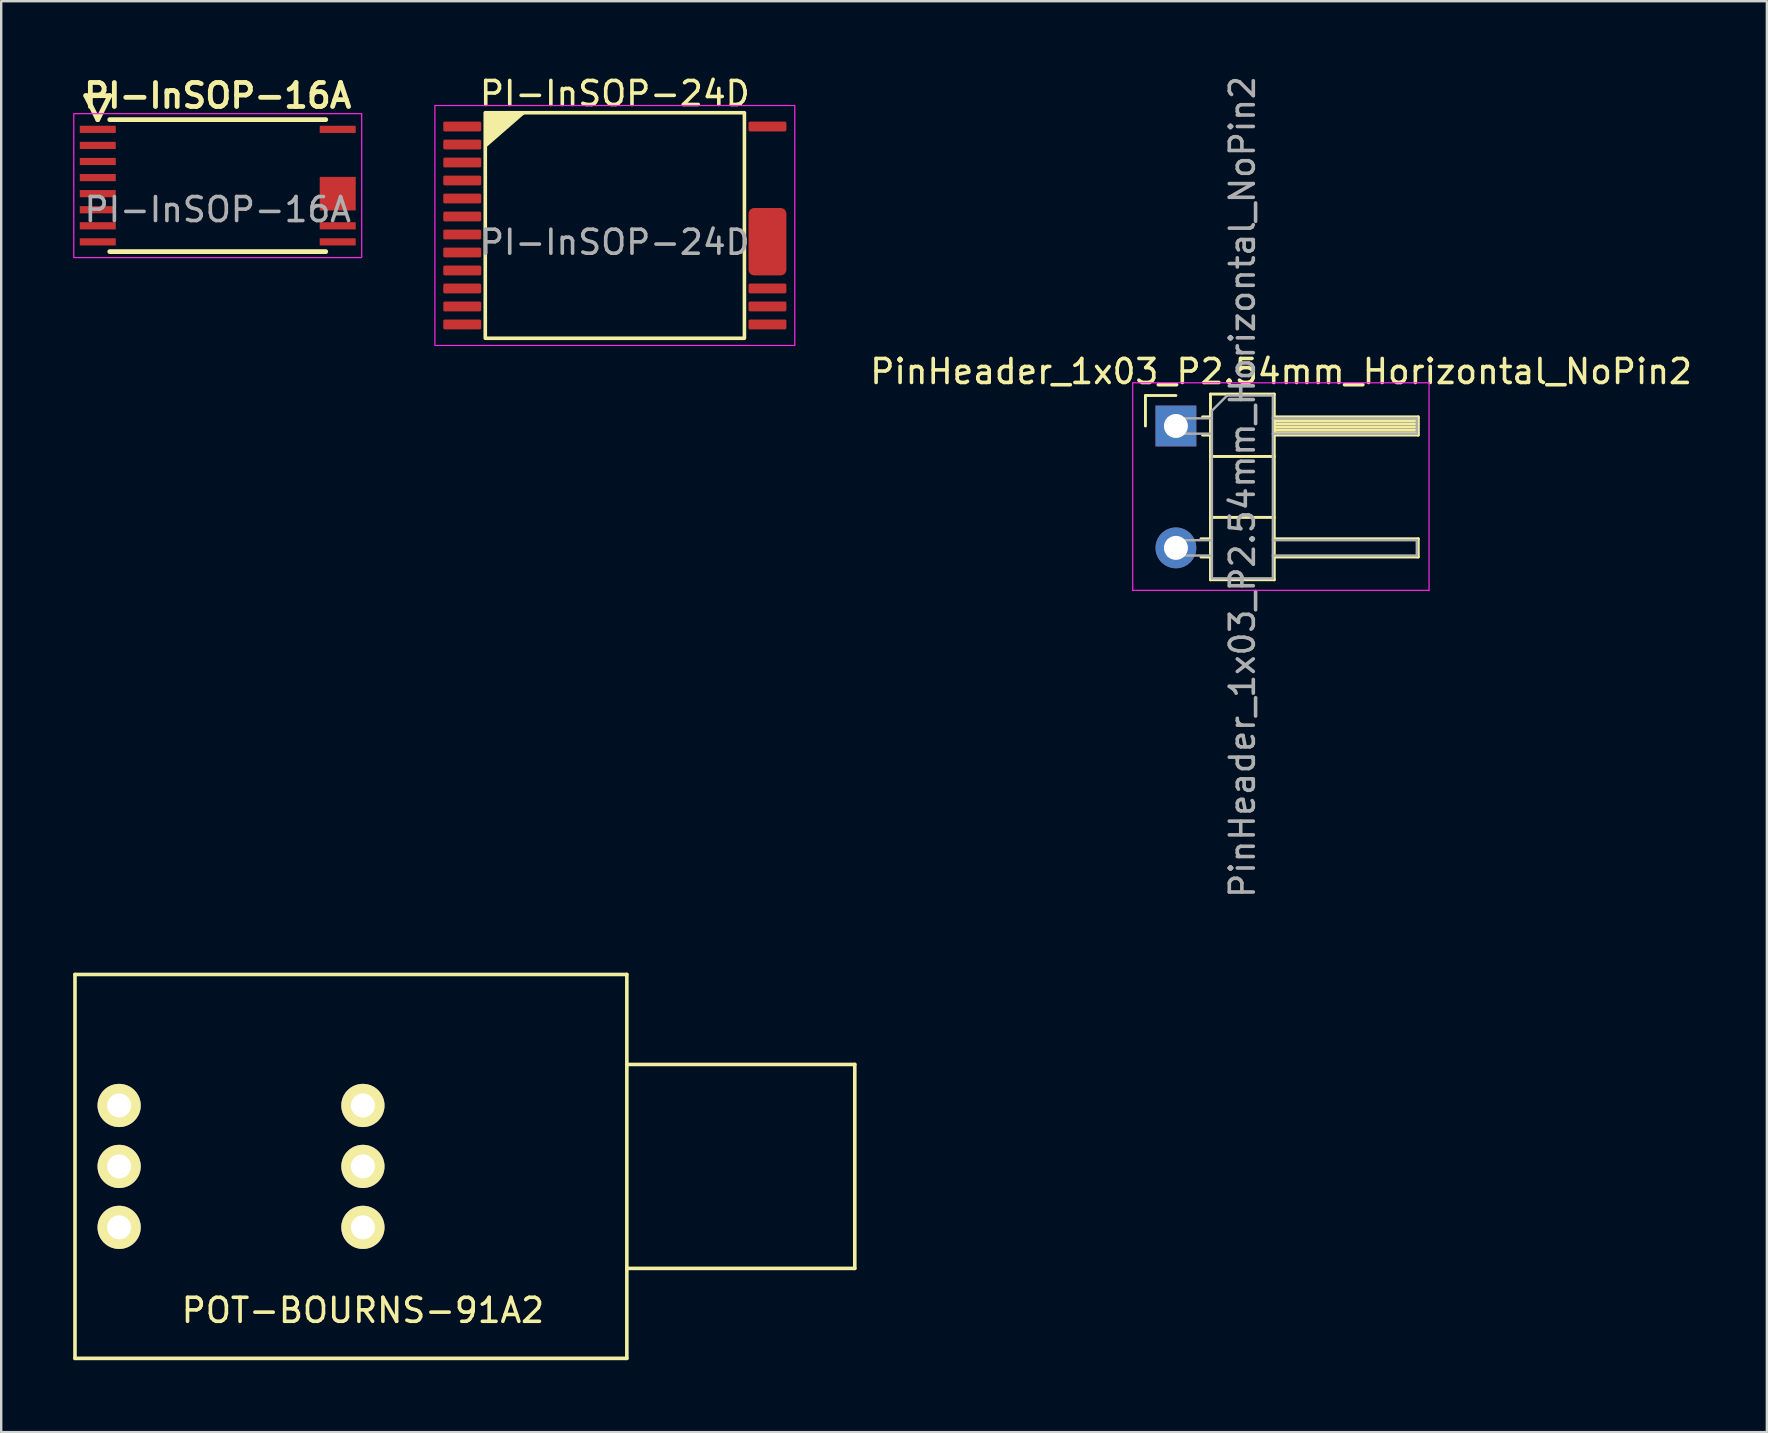
<source format=kicad_pcb>
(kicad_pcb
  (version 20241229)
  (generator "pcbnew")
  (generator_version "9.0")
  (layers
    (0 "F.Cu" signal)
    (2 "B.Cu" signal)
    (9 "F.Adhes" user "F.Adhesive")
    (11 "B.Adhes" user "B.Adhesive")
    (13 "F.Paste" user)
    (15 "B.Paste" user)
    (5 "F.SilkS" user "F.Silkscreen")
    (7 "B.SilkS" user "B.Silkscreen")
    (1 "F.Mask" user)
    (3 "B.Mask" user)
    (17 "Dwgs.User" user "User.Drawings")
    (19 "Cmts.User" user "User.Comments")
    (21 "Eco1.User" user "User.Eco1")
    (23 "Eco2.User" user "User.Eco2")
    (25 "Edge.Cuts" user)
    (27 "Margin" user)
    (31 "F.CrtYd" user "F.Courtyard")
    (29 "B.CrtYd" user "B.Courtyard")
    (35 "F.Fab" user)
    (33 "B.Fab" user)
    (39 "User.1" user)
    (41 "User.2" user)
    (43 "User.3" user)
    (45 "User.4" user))
  (footprint "POT-BOURNS-91A2"
    (layer "F.Cu")
    (at 12.075 45.563)
    (property "Reference" "POT-BOURNS-91A2" (at 0 6 0) (layer "F.SilkS") (effects (font (size 1 1) (thickness 0.15))))
    (attr through_hole)
    (fp_line (start -12 -8) (end -12 8) (stroke (width 0.15) (type solid)) (layer "F.SilkS"))
    (fp_line (start -12 8) (end 11 8) (stroke (width 0.15) (type solid)) (layer "F.SilkS"))
    (fp_line (start 11 -8) (end -12 -8) (stroke (width 0.15) (type solid)) (layer "F.SilkS"))
    (fp_line (start 11 -4.25) (end 20.5 -4.25) (stroke (width 0.15) (type solid)) (layer "F.SilkS"))
    (fp_line (start 11 8) (end 11 -8) (stroke (width 0.15) (type solid)) (layer "F.SilkS"))
    (fp_line (start 20.5 -4.25) (end 20.5 4.25) (stroke (width 0.15) (type solid)) (layer "F.SilkS"))
    (fp_line (start 20.5 4.25) (end 11 4.25) (stroke (width 0.15) (type solid)) (layer "F.SilkS"))
    (pad "1" thru_hole circle (at 0 -2.54) (size 1.8 1.8) (drill 1) (layers "*.Cu" "*.Mask" "F.SilkS"))
    (pad "2" thru_hole circle (at 0 0) (size 1.8 1.8) (drill 1) (layers "*.Cu" "*.Mask" "F.SilkS"))
    (pad "3" thru_hole circle (at 0 2.54) (size 1.8 1.8) (drill 1) (layers "*.Cu" "*.Mask" "F.SilkS"))
    (pad "4" thru_hole circle (at -10.16 -2.54) (size 1.8 1.8) (drill 1) (layers "*.Cu" "*.Mask" "F.SilkS"))
    (pad "5" thru_hole circle (at -10.16 0) (size 1.8 1.8) (drill 1) (layers "*.Cu" "*.Mask" "F.SilkS"))
    (pad "6" thru_hole circle (at -10.16 2.54) (size 1.8 1.8) (drill 1) (layers "*.Cu" "*.Mask" "F.SilkS")))
  (footprint "PI-InSOP-24D"
    (layer "F.Cu")
    (at 22.575 6.348)
    (property "Reference" "PI-InSOP-24D" (at 0 -5.5 0) (unlocked yes) (layer "F.SilkS") (effects (font (size 1 1) (thickness 0.15))))
    (attr smd)
    (fp_rect (start -5.4 -4.7) (end 5.4 4.7) (stroke (width 0.15) (type solid)) (fill no) (layer "F.SilkS"))
    (fp_poly (pts (xy -5.4 -3.29) (xy -3.78 -4.7) (xy -5.4 -4.7)) (stroke (width 0.1) (type solid)) (fill yes) (layer "F.SilkS"))
    (fp_rect (start -7.5 -5) (end 7.5 5) (stroke (width 0.05) (type default)) (fill no) (layer "F.CrtYd"))
    (fp_text user "${REFERENCE}" (at 0 0.7 0) (unlocked yes) (layer "F.Fab") (effects (font (size 1 1) (thickness 0.15))))
    (pad "1" smd roundrect (at -6.36 -4.125) (size 1.58 0.41) (layers "F.Cu" "F.Mask" "F.Paste") (roundrect_rratio 0.15))
    (pad "2" smd roundrect (at -6.36 -3.375) (size 1.58 0.41) (layers "F.Cu" "F.Mask" "F.Paste") (roundrect_rratio 0.15))
    (pad "3" smd roundrect (at -6.36 -2.625) (size 1.58 0.41) (layers "F.Cu" "F.Mask" "F.Paste") (roundrect_rratio 0.15))
    (pad "4" smd roundrect (at -6.36 -1.875) (size 1.58 0.41) (layers "F.Cu" "F.Mask" "F.Paste") (roundrect_rratio 0.15))
    (pad "5" smd roundrect (at -6.36 -1.125) (size 1.58 0.41) (layers "F.Cu" "F.Mask" "F.Paste") (roundrect_rratio 0.15))
    (pad "6" smd roundrect (at -6.36 -0.375) (size 1.58 0.41) (layers "F.Cu" "F.Mask" "F.Paste") (roundrect_rratio 0.15))
    (pad "7" smd roundrect (at -6.36 0.375) (size 1.58 0.41) (layers "F.Cu" "F.Mask" "F.Paste") (roundrect_rratio 0.15))
    (pad "8" smd roundrect (at -6.36 1.125) (size 1.58 0.41) (layers "F.Cu" "F.Mask" "F.Paste") (roundrect_rratio 0.15))
    (pad "9" smd roundrect (at -6.36 1.875) (size 1.58 0.41) (layers "F.Cu" "F.Mask" "F.Paste") (roundrect_rratio 0.15))
    (pad "10" smd roundrect (at -6.36 2.625) (size 1.58 0.41) (layers "F.Cu" "F.Mask" "F.Paste") (roundrect_rratio 0.15))
    (pad "11" smd roundrect (at -6.36 3.375) (size 1.58 0.41) (layers "F.Cu" "F.Mask" "F.Paste") (roundrect_rratio 0.15))
    (pad "12" smd roundrect (at -6.36 4.125) (size 1.58 0.41) (layers "F.Cu" "F.Mask" "F.Paste") (roundrect_rratio 0.15))
    (pad "13" smd roundrect (at 6.36 4.125) (size 1.58 0.41) (layers "F.Cu" "F.Mask" "F.Paste") (roundrect_rratio 0.15))
    (pad "14" smd roundrect (at 6.36 3.375) (size 1.58 0.41) (layers "F.Cu" "F.Mask" "F.Paste") (roundrect_rratio 0.15))
    (pad "15" smd roundrect (at 6.36 2.625) (size 1.58 0.41) (layers "F.Cu" "F.Mask" "F.Paste") (roundrect_rratio 0.15))
    (pad "16" smd roundrect (at 6.36 0.675) (size 1.58 2.81) (layers "F.Cu" "F.Mask" "F.Paste") (roundrect_rratio 0.15))
    (pad "24" smd roundrect (at 6.36 -4.125) (size 1.58 0.41) (layers "F.Cu" "F.Mask" "F.Paste") (roundrect_rratio 0.15)))
  (footprint "PinHeader_1x03_P2.54mm_Horizontal_NoPin2"
    (layer "F.Cu")
    (at 45.959 14.704)
    (property "Reference" "PinHeader_1x03_P2.54mm_Horizontal_NoPin2" (at 4.385 -2.27 0) (layer "F.SilkS") (effects (font (size 1 1) (thickness 0.15))))
    (attr through_hole)
    (fp_line (start -1.27 -1.27) (end 0 -1.27) (stroke (width 0.12) (type solid)) (layer "F.SilkS"))
    (fp_line (start -1.27 0) (end -1.27 -1.27) (stroke (width 0.12) (type solid)) (layer "F.SilkS"))
    (fp_line (start 1.043 4.7) (end 1.44 4.7) (stroke (width 0.12) (type solid)) (layer "F.SilkS"))
    (fp_line (start 1.043 5.46) (end 1.44 5.46) (stroke (width 0.12) (type solid)) (layer "F.SilkS"))
    (fp_line (start 1.11 -0.38) (end 1.44 -0.38) (stroke (width 0.12) (type solid)) (layer "F.SilkS"))
    (fp_line (start 1.11 0.38) (end 1.44 0.38) (stroke (width 0.12) (type solid)) (layer "F.SilkS"))
    (fp_line (start 1.44 -1.33) (end 1.44 6.41) (stroke (width 0.12) (type solid)) (layer "F.SilkS"))
    (fp_line (start 1.44 1.27) (end 4.1 1.27) (stroke (width 0.12) (type solid)) (layer "F.SilkS"))
    (fp_line (start 1.44 3.81) (end 4.1 3.81) (stroke (width 0.12) (type solid)) (layer "F.SilkS"))
    (fp_line (start 1.44 6.41) (end 4.1 6.41) (stroke (width 0.12) (type solid)) (layer "F.SilkS"))
    (fp_line (start 4.1 -1.33) (end 1.44 -1.33) (stroke (width 0.12) (type solid)) (layer "F.SilkS"))
    (fp_line (start 4.1 -0.38) (end 10.1 -0.38) (stroke (width 0.12) (type solid)) (layer "F.SilkS"))
    (fp_line (start 4.1 -0.32) (end 10.1 -0.32) (stroke (width 0.12) (type solid)) (layer "F.SilkS"))
    (fp_line (start 4.1 -0.2) (end 10.1 -0.2) (stroke (width 0.12) (type solid)) (layer "F.SilkS"))
    (fp_line (start 4.1 -0.08) (end 10.1 -0.08) (stroke (width 0.12) (type solid)) (layer "F.SilkS"))
    (fp_line (start 4.1 0.04) (end 10.1 0.04) (stroke (width 0.12) (type solid)) (layer "F.SilkS"))
    (fp_line (start 4.1 0.16) (end 10.1 0.16) (stroke (width 0.12) (type solid)) (layer "F.SilkS"))
    (fp_line (start 4.1 0.28) (end 10.1 0.28) (stroke (width 0.12) (type solid)) (layer "F.SilkS"))
    (fp_line (start 4.1 4.7) (end 10.1 4.7) (stroke (width 0.12) (type solid)) (layer "F.SilkS"))
    (fp_line (start 4.1 6.41) (end 4.1 -1.33) (stroke (width 0.12) (type solid)) (layer "F.SilkS"))
    (fp_line (start 10.1 -0.38) (end 10.1 0.38) (stroke (width 0.12) (type solid)) (layer "F.SilkS"))
    (fp_line (start 10.1 0.38) (end 4.1 0.38) (stroke (width 0.12) (type solid)) (layer "F.SilkS"))
    (fp_line (start 10.1 4.7) (end 10.1 5.46) (stroke (width 0.12) (type solid)) (layer "F.SilkS"))
    (fp_line (start 10.1 5.46) (end 4.1 5.46) (stroke (width 0.12) (type solid)) (layer "F.SilkS"))
    (fp_line (start -1.8 -1.8) (end -1.8 6.85) (stroke (width 0.05) (type solid)) (layer "F.CrtYd"))
    (fp_line (start -1.8 6.85) (end 10.55 6.85) (stroke (width 0.05) (type solid)) (layer "F.CrtYd"))
    (fp_line (start 10.55 -1.8) (end -1.8 -1.8) (stroke (width 0.05) (type solid)) (layer "F.CrtYd"))
    (fp_line (start 10.55 6.85) (end 10.55 -1.8) (stroke (width 0.05) (type solid)) (layer "F.CrtYd"))
    (fp_line (start -0.32 -0.32) (end -0.32 0.32) (stroke (width 0.1) (type solid)) (layer "F.Fab"))
    (fp_line (start -0.32 -0.32) (end 1.5 -0.32) (stroke (width 0.1) (type solid)) (layer "F.Fab"))
    (fp_line (start -0.32 0.32) (end 1.5 0.32) (stroke (width 0.1) (type solid)) (layer "F.Fab"))
    (fp_line (start -0.32 4.76) (end -0.32 5.4) (stroke (width 0.1) (type solid)) (layer "F.Fab"))
    (fp_line (start -0.32 4.76) (end 1.5 4.76) (stroke (width 0.1) (type solid)) (layer "F.Fab"))
    (fp_line (start -0.32 5.4) (end 1.5 5.4) (stroke (width 0.1) (type solid)) (layer "F.Fab"))
    (fp_line (start 1.5 -0.635) (end 2.135 -1.27) (stroke (width 0.1) (type solid)) (layer "F.Fab"))
    (fp_line (start 1.5 6.35) (end 1.5 -0.635) (stroke (width 0.1) (type solid)) (layer "F.Fab"))
    (fp_line (start 2.135 -1.27) (end 4.04 -1.27) (stroke (width 0.1) (type solid)) (layer "F.Fab"))
    (fp_line (start 4.04 -1.27) (end 4.04 6.35) (stroke (width 0.1) (type solid)) (layer "F.Fab"))
    (fp_line (start 4.04 -0.32) (end 10.04 -0.32) (stroke (width 0.1) (type solid)) (layer "F.Fab"))
    (fp_line (start 4.04 0.32) (end 10.04 0.32) (stroke (width 0.1) (type solid)) (layer "F.Fab"))
    (fp_line (start 4.04 4.76) (end 10.04 4.76) (stroke (width 0.1) (type solid)) (layer "F.Fab"))
    (fp_line (start 4.04 5.4) (end 10.04 5.4) (stroke (width 0.1) (type solid)) (layer "F.Fab"))
    (fp_line (start 4.04 6.35) (end 1.5 6.35) (stroke (width 0.1) (type solid)) (layer "F.Fab"))
    (fp_line (start 10.04 -0.32) (end 10.04 0.32) (stroke (width 0.1) (type solid)) (layer "F.Fab"))
    (fp_line (start 10.04 4.76) (end 10.04 5.4) (stroke (width 0.1) (type solid)) (layer "F.Fab"))
    (fp_text user "${REFERENCE}" (at 2.77 2.54 90) (layer "F.Fab") (effects (font (size 1 1) (thickness 0.15))))
    (pad "1" thru_hole rect (at 0 0) (size 1.7 1.7) (drill 1) (layers "*.Cu" "*.Mask"))
    (pad "2" thru_hole oval (at 0 5.08) (size 1.7 1.7) (drill 1) (layers "*.Cu" "*.Mask")))
  (footprint "PI-InSOP-16A"
    (layer "F.Cu")
    (at 6.025 4.686)
    (property "Reference" "PI-InSOP-16A" (at 0 -3.75 0) (unlocked yes) (layer "F.SilkS") (effects (font (size 1 1) (thickness 0.2))))
    (attr smd)
    (fp_line (start -5.5 -3.75) (end -4.5 -3.75) (stroke (width 0.2) (type default)) (layer "F.SilkS"))
    (fp_line (start -5 -2.75) (end -5.5 -3.75) (stroke (width 0.2) (type default)) (layer "F.SilkS"))
    (fp_line (start -4.5 -3.75) (end -5 -2.75) (stroke (width 0.2) (type default)) (layer "F.SilkS"))
    (fp_line (start -4.5 -2.75) (end 4.5 -2.75) (stroke (width 0.2) (type default)) (layer "F.SilkS"))
    (fp_line (start -4.5 2.75) (end 4.5 2.75) (stroke (width 0.2) (type default)) (layer "F.SilkS"))
    (fp_rect (start -6 -3) (end 6 3) (stroke (width 0.05) (type default)) (fill no) (layer "F.CrtYd"))
    (fp_text user "${REFERENCE}" (at 0 1 0) (unlocked yes) (layer "F.Fab") (effects (font (size 1 1) (thickness 0.15))))
    (pad "1" smd rect (at -5 -2.345) (size 1.5 0.3) (layers "F.Cu" "F.Mask" "F.Paste"))
    (pad "2" smd rect (at -5 -1.675) (size 1.5 0.3) (layers "F.Cu" "F.Mask" "F.Paste"))
    (pad "3" smd rect (at -5 -1.005) (size 1.5 0.3) (layers "F.Cu" "F.Mask" "F.Paste"))
    (pad "4" smd rect (at -5 -0.335) (size 1.5 0.3) (layers "F.Cu" "F.Mask" "F.Paste"))
    (pad "5" smd rect (at -5 0.335) (size 1.5 0.3) (layers "F.Cu" "F.Mask" "F.Paste"))
    (pad "6" smd rect (at -5 1.005) (size 1.5 0.3) (layers "F.Cu" "F.Mask" "F.Paste"))
    (pad "7" smd rect (at -5 1.675) (size 1.5 0.3) (layers "F.Cu" "F.Mask" "F.Paste"))
    (pad "8" smd rect (at -5 2.345) (size 1.5 0.3) (layers "F.Cu" "F.Mask" "F.Paste"))
    (pad "9" smd rect (at 5 2.345) (size 1.5 0.3) (layers "F.Cu" "F.Mask" "F.Paste"))
    (pad "10" smd rect (at 5 1.675) (size 1.5 0.3) (layers "F.Cu" "F.Mask" "F.Paste"))
    (pad "11" smd rect (at 5 0.335) (size 1.5 1.4) (layers "F.Cu" "F.Mask" "F.Paste"))
    (pad "16" smd rect (at 5 -2.345) (size 1.5 0.3) (layers "F.Cu" "F.Mask" "F.Paste")))
  (gr_rect
    (start -3 -3)
    (end 70.588 56.638)
    (stroke (width 0.1) (type default))
    (fill no)
    (layer "Edge.Cuts")))
</source>
